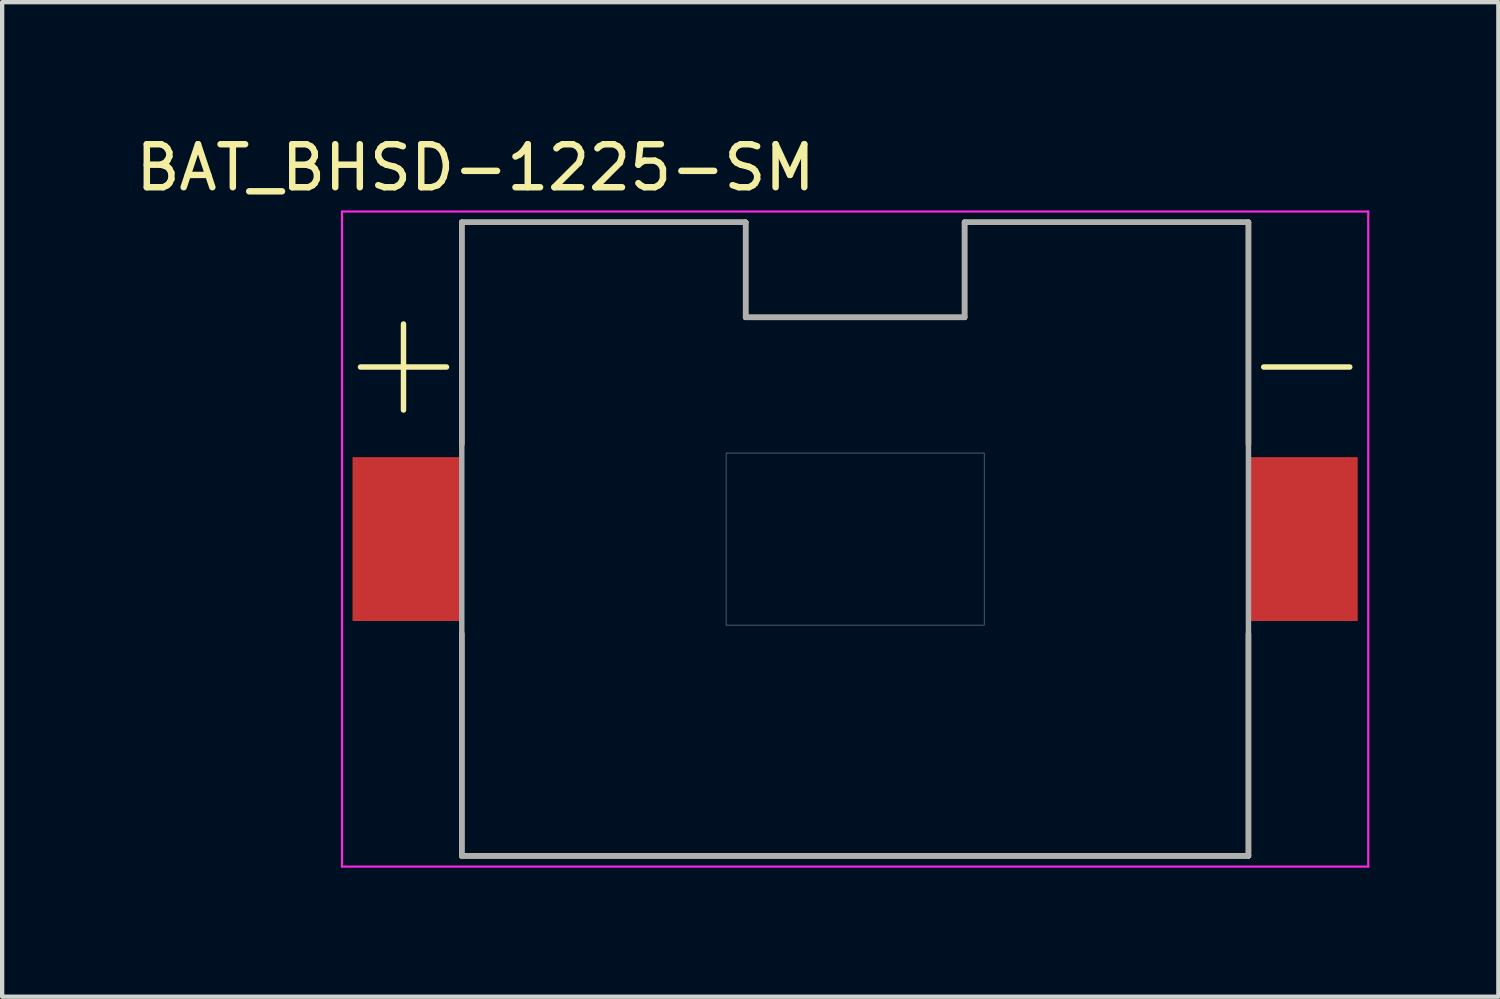
<source format=kicad_pcb>
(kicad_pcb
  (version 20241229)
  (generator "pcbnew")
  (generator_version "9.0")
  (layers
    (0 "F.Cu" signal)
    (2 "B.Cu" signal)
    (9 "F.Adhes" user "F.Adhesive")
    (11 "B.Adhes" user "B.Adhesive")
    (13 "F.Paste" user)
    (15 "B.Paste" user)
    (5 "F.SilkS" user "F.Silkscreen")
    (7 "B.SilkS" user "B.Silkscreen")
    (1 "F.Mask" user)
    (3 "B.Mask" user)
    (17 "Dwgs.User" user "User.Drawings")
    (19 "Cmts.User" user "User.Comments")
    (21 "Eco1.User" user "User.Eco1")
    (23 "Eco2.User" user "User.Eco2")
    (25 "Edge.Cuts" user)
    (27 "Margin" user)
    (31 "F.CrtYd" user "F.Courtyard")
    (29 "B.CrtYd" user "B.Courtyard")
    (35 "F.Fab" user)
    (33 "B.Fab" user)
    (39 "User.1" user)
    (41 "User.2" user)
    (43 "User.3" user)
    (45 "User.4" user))
  (footprint "BAT_BHSD-1225-SM"
    (layer "F.Cu")
    (at 16.831 9.483)
    (property "Reference" "BAT_BHSD-1225-SM" (at -8.825 -8.635 0) (layer "F.SilkS") (effects (font (size 1 1) (thickness 0.15))))
    (attr smd)
    (fp_line (start -10.5 -4) (end -11.5 -4) (stroke (width 0.127) (type solid)) (layer "F.SilkS"))
    (fp_line (start -10.5 -4) (end -10.5 -5) (stroke (width 0.127) (type solid)) (layer "F.SilkS"))
    (fp_line (start -10.5 -4) (end -10.5 -3) (stroke (width 0.127) (type solid)) (layer "F.SilkS"))
    (fp_line (start -9.5 -4) (end -10.5 -4) (stroke (width 0.127) (type solid)) (layer "F.SilkS"))
    (fp_line (start -9.145 -7.365) (end -9.145 -2.2) (stroke (width 0.127) (type solid)) (layer "F.SilkS"))
    (fp_line (start -9.145 -7.365) (end -2.545 -7.365) (stroke (width 0.127) (type solid)) (layer "F.SilkS"))
    (fp_line (start -9.145 7.365) (end -9.145 2.2) (stroke (width 0.127) (type solid)) (layer "F.SilkS"))
    (fp_line (start -2.545 -7.365) (end -2.545 -5.155) (stroke (width 0.127) (type solid)) (layer "F.SilkS"))
    (fp_line (start -2.545 -5.155) (end 2.545 -5.155) (stroke (width 0.127) (type solid)) (layer "F.SilkS"))
    (fp_line (start 2.545 -7.365) (end 9.145 -7.365) (stroke (width 0.127) (type solid)) (layer "F.SilkS"))
    (fp_line (start 2.545 -5.155) (end 2.545 -7.365) (stroke (width 0.127) (type solid)) (layer "F.SilkS"))
    (fp_line (start 9.145 -7.365) (end 9.145 -2.2) (stroke (width 0.127) (type solid)) (layer "F.SilkS"))
    (fp_line (start 9.145 7.365) (end -9.145 7.365) (stroke (width 0.127) (type solid)) (layer "F.SilkS"))
    (fp_line (start 9.145 7.365) (end 9.145 2.2) (stroke (width 0.127) (type solid)) (layer "F.SilkS"))
    (fp_line (start 11.5 -4) (end 9.5 -4) (stroke (width 0.127) (type solid)) (layer "F.SilkS"))
    (fp_line (start -11.93 -7.615) (end 11.93 -7.615) (stroke (width 0.05) (type solid)) (layer "F.CrtYd"))
    (fp_line (start -11.93 7.615) (end -11.93 -7.615) (stroke (width 0.05) (type solid)) (layer "F.CrtYd"))
    (fp_line (start 11.93 -7.615) (end 11.93 7.615) (stroke (width 0.05) (type solid)) (layer "F.CrtYd"))
    (fp_line (start 11.93 7.615) (end -11.93 7.615) (stroke (width 0.05) (type solid)) (layer "F.CrtYd"))
    (fp_line (start -9.145 -7.365) (end -2.545 -7.365) (stroke (width 0.127) (type solid)) (layer "F.Fab"))
    (fp_line (start -9.145 7.365) (end -9.145 -7.365) (stroke (width 0.127) (type solid)) (layer "F.Fab"))
    (fp_line (start -2.545 -7.365) (end -2.545 -5.155) (stroke (width 0.127) (type solid)) (layer "F.Fab"))
    (fp_line (start -2.545 -5.155) (end 2.545 -5.155) (stroke (width 0.127) (type solid)) (layer "F.Fab"))
    (fp_line (start 2.545 -7.365) (end 9.145 -7.365) (stroke (width 0.127) (type solid)) (layer "F.Fab"))
    (fp_line (start 2.545 -5.155) (end 2.545 -7.365) (stroke (width 0.127) (type solid)) (layer "F.Fab"))
    (fp_line (start 9.145 -7.365) (end 9.145 7.365) (stroke (width 0.127) (type solid)) (layer "F.Fab"))
    (fp_line (start 9.145 7.365) (end -9.145 7.365) (stroke (width 0.127) (type solid)) (layer "F.Fab"))
    (fp_poly (pts (xy -3 -2) (xy 3 -2) (xy 3 2) (xy -3 2)) (stroke (width 0.01) (type solid)) (fill no) (layer "F.Fab"))
    (pad "+" smd rect (at -10.415 0) (size 2.54 3.81) (layers "F.Cu" "F.Mask" "F.Paste"))
    (pad "-" smd rect (at 10.415 0) (size 2.54 3.81) (layers "F.Cu" "F.Mask" "F.Paste")))
  (gr_rect
    (start -3 -3)
    (end 31.786 20.123)
    (stroke (width 0.1) (type default))
    (fill no)
    (layer "Edge.Cuts")))
</source>
